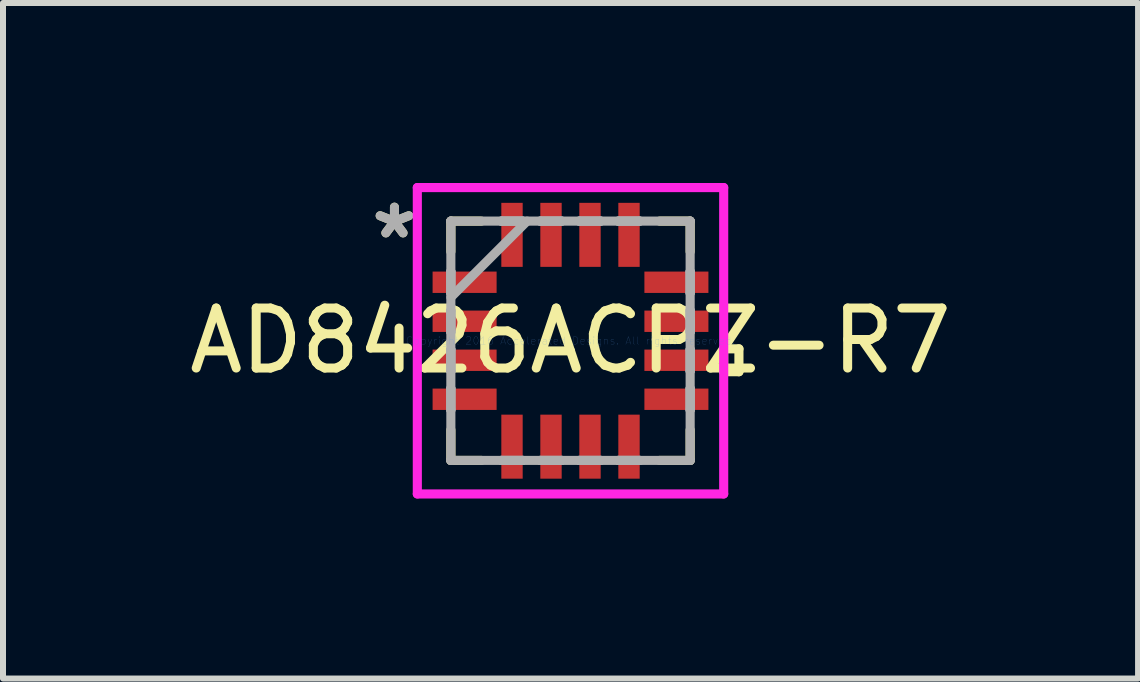
<source format=kicad_pcb>
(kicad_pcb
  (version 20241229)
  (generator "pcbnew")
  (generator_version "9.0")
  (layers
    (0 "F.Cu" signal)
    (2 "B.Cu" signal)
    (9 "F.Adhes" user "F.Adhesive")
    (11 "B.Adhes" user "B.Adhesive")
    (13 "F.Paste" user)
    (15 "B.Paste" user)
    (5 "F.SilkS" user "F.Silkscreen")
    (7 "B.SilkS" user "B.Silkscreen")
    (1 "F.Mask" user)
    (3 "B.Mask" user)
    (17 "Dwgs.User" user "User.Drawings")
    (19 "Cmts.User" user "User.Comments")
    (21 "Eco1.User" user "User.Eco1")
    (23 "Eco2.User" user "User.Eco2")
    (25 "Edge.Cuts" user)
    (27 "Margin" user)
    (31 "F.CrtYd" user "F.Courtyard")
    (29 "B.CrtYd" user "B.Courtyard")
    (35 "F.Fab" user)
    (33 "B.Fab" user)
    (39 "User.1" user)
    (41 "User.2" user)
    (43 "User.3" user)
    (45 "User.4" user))
  (footprint "AD8426ACPZ-R7"
    (layer "F.Cu")
    (at 6.458 2.629)
    (property "Reference" "AD8426ACPZ-R7" (at 0 0 0) (layer "F.SilkS") (effects (font (size 1 1) (thickness 0.15))))
    (attr through_hole)
    (fp_line (start -1.994 -1.994) (end -1.994 -1.486) (stroke (width 0.152) (type solid)) (layer "F.SilkS"))
    (fp_line (start -1.994 1.486) (end -1.994 1.994) (stroke (width 0.152) (type solid)) (layer "F.SilkS"))
    (fp_line (start -1.994 1.994) (end -1.486 1.994) (stroke (width 0.152) (type solid)) (layer "F.SilkS"))
    (fp_line (start -1.486 -1.994) (end -1.994 -1.994) (stroke (width 0.152) (type solid)) (layer "F.SilkS"))
    (fp_line (start 1.486 1.994) (end 1.994 1.994) (stroke (width 0.152) (type solid)) (layer "F.SilkS"))
    (fp_line (start 1.994 -1.994) (end 1.486 -1.994) (stroke (width 0.152) (type solid)) (layer "F.SilkS"))
    (fp_line (start 1.994 -1.486) (end 1.994 -1.994) (stroke (width 0.152) (type solid)) (layer "F.SilkS"))
    (fp_line (start 1.994 1.994) (end 1.994 1.486) (stroke (width 0.152) (type solid)) (layer "F.SilkS"))
    (fp_line (start 2.553 0.135) (end 2.807 0.135) (stroke (width 0.152) (type solid)) (layer "F.SilkS"))
    (fp_line (start 2.553 0.516) (end 2.553 0.135) (stroke (width 0.152) (type solid)) (layer "F.SilkS"))
    (fp_line (start 2.807 0.135) (end 2.807 0.516) (stroke (width 0.152) (type solid)) (layer "F.SilkS"))
    (fp_line (start 2.807 0.516) (end 2.553 0.516) (stroke (width 0.152) (type solid)) (layer "F.SilkS"))
    (fp_line (start -2.553 -2.553) (end 2.553 -2.553) (stroke (width 0.152) (type solid)) (layer "F.CrtYd"))
    (fp_line (start -2.553 2.553) (end -2.553 -2.553) (stroke (width 0.152) (type solid)) (layer "F.CrtYd"))
    (fp_line (start 2.553 -2.553) (end 2.553 2.553) (stroke (width 0.152) (type solid)) (layer "F.CrtYd"))
    (fp_line (start 2.553 2.553) (end -2.553 2.553) (stroke (width 0.152) (type solid)) (layer "F.CrtYd"))
    (fp_line (start -1.994 -1.994) (end -1.994 -1.994) (stroke (width 0.152) (type solid)) (layer "F.Fab"))
    (fp_line (start -1.994 -1.994) (end -1.994 1.994) (stroke (width 0.152) (type solid)) (layer "F.Fab"))
    (fp_line (start -1.994 -1.153) (end -1.994 -1.153) (stroke (width 0.152) (type solid)) (layer "F.Fab"))
    (fp_line (start -1.994 -1.153) (end -1.994 -0.797) (stroke (width 0.152) (type solid)) (layer "F.Fab"))
    (fp_line (start -1.994 -0.797) (end -1.994 -1.153) (stroke (width 0.152) (type solid)) (layer "F.Fab"))
    (fp_line (start -1.994 -0.797) (end -1.994 -0.797) (stroke (width 0.152) (type solid)) (layer "F.Fab"))
    (fp_line (start -1.994 -0.724) (end -0.724 -1.994) (stroke (width 0.152) (type solid)) (layer "F.Fab"))
    (fp_line (start -1.994 -0.503) (end -1.994 -0.503) (stroke (width 0.152) (type solid)) (layer "F.Fab"))
    (fp_line (start -1.994 -0.503) (end -1.994 -0.147) (stroke (width 0.152) (type solid)) (layer "F.Fab"))
    (fp_line (start -1.994 -0.147) (end -1.994 -0.503) (stroke (width 0.152) (type solid)) (layer "F.Fab"))
    (fp_line (start -1.994 -0.147) (end -1.994 -0.147) (stroke (width 0.152) (type solid)) (layer "F.Fab"))
    (fp_line (start -1.994 0.147) (end -1.994 0.147) (stroke (width 0.152) (type solid)) (layer "F.Fab"))
    (fp_line (start -1.994 0.147) (end -1.994 0.503) (stroke (width 0.152) (type solid)) (layer "F.Fab"))
    (fp_line (start -1.994 0.503) (end -1.994 0.147) (stroke (width 0.152) (type solid)) (layer "F.Fab"))
    (fp_line (start -1.994 0.503) (end -1.994 0.503) (stroke (width 0.152) (type solid)) (layer "F.Fab"))
    (fp_line (start -1.994 0.797) (end -1.994 0.797) (stroke (width 0.152) (type solid)) (layer "F.Fab"))
    (fp_line (start -1.994 0.797) (end -1.994 1.153) (stroke (width 0.152) (type solid)) (layer "F.Fab"))
    (fp_line (start -1.994 1.153) (end -1.994 0.797) (stroke (width 0.152) (type solid)) (layer "F.Fab"))
    (fp_line (start -1.994 1.153) (end -1.994 1.153) (stroke (width 0.152) (type solid)) (layer "F.Fab"))
    (fp_line (start -1.994 1.994) (end -1.994 1.994) (stroke (width 0.152) (type solid)) (layer "F.Fab"))
    (fp_line (start -1.994 1.994) (end 1.994 1.994) (stroke (width 0.152) (type solid)) (layer "F.Fab"))
    (fp_line (start -1.153 -1.994) (end -1.153 -1.994) (stroke (width 0.152) (type solid)) (layer "F.Fab"))
    (fp_line (start -1.153 -1.994) (end -0.797 -1.994) (stroke (width 0.152) (type solid)) (layer "F.Fab"))
    (fp_line (start -1.153 1.994) (end -1.153 1.994) (stroke (width 0.152) (type solid)) (layer "F.Fab"))
    (fp_line (start -1.153 1.994) (end -0.797 1.994) (stroke (width 0.152) (type solid)) (layer "F.Fab"))
    (fp_line (start -0.797 -1.994) (end -1.153 -1.994) (stroke (width 0.152) (type solid)) (layer "F.Fab"))
    (fp_line (start -0.797 -1.994) (end -0.797 -1.994) (stroke (width 0.152) (type solid)) (layer "F.Fab"))
    (fp_line (start -0.797 1.994) (end -1.153 1.994) (stroke (width 0.152) (type solid)) (layer "F.Fab"))
    (fp_line (start -0.797 1.994) (end -0.797 1.994) (stroke (width 0.152) (type solid)) (layer "F.Fab"))
    (fp_line (start -0.503 -1.994) (end -0.503 -1.994) (stroke (width 0.152) (type solid)) (layer "F.Fab"))
    (fp_line (start -0.503 -1.994) (end -0.147 -1.994) (stroke (width 0.152) (type solid)) (layer "F.Fab"))
    (fp_line (start -0.503 1.994) (end -0.503 1.994) (stroke (width 0.152) (type solid)) (layer "F.Fab"))
    (fp_line (start -0.503 1.994) (end -0.147 1.994) (stroke (width 0.152) (type solid)) (layer "F.Fab"))
    (fp_line (start -0.147 -1.994) (end -0.503 -1.994) (stroke (width 0.152) (type solid)) (layer "F.Fab"))
    (fp_line (start -0.147 -1.994) (end -0.147 -1.994) (stroke (width 0.152) (type solid)) (layer "F.Fab"))
    (fp_line (start -0.147 1.994) (end -0.503 1.994) (stroke (width 0.152) (type solid)) (layer "F.Fab"))
    (fp_line (start -0.147 1.994) (end -0.147 1.994) (stroke (width 0.152) (type solid)) (layer "F.Fab"))
    (fp_line (start 0.147 -1.994) (end 0.147 -1.994) (stroke (width 0.152) (type solid)) (layer "F.Fab"))
    (fp_line (start 0.147 -1.994) (end 0.503 -1.994) (stroke (width 0.152) (type solid)) (layer "F.Fab"))
    (fp_line (start 0.147 1.994) (end 0.147 1.994) (stroke (width 0.152) (type solid)) (layer "F.Fab"))
    (fp_line (start 0.147 1.994) (end 0.503 1.994) (stroke (width 0.152) (type solid)) (layer "F.Fab"))
    (fp_line (start 0.503 -1.994) (end 0.147 -1.994) (stroke (width 0.152) (type solid)) (layer "F.Fab"))
    (fp_line (start 0.503 -1.994) (end 0.503 -1.994) (stroke (width 0.152) (type solid)) (layer "F.Fab"))
    (fp_line (start 0.503 1.994) (end 0.147 1.994) (stroke (width 0.152) (type solid)) (layer "F.Fab"))
    (fp_line (start 0.503 1.994) (end 0.503 1.994) (stroke (width 0.152) (type solid)) (layer "F.Fab"))
    (fp_line (start 0.797 -1.994) (end 0.797 -1.994) (stroke (width 0.152) (type solid)) (layer "F.Fab"))
    (fp_line (start 0.797 -1.994) (end 1.153 -1.994) (stroke (width 0.152) (type solid)) (layer "F.Fab"))
    (fp_line (start 0.797 1.994) (end 0.797 1.994) (stroke (width 0.152) (type solid)) (layer "F.Fab"))
    (fp_line (start 0.797 1.994) (end 1.153 1.994) (stroke (width 0.152) (type solid)) (layer "F.Fab"))
    (fp_line (start 1.153 -1.994) (end 0.797 -1.994) (stroke (width 0.152) (type solid)) (layer "F.Fab"))
    (fp_line (start 1.153 -1.994) (end 1.153 -1.994) (stroke (width 0.152) (type solid)) (layer "F.Fab"))
    (fp_line (start 1.153 1.994) (end 0.797 1.994) (stroke (width 0.152) (type solid)) (layer "F.Fab"))
    (fp_line (start 1.153 1.994) (end 1.153 1.994) (stroke (width 0.152) (type solid)) (layer "F.Fab"))
    (fp_line (start 1.994 -1.994) (end -1.994 -1.994) (stroke (width 0.152) (type solid)) (layer "F.Fab"))
    (fp_line (start 1.994 -1.994) (end 1.994 -1.994) (stroke (width 0.152) (type solid)) (layer "F.Fab"))
    (fp_line (start 1.994 -1.153) (end 1.994 -1.153) (stroke (width 0.152) (type solid)) (layer "F.Fab"))
    (fp_line (start 1.994 -1.153) (end 1.994 -0.797) (stroke (width 0.152) (type solid)) (layer "F.Fab"))
    (fp_line (start 1.994 -0.797) (end 1.994 -1.153) (stroke (width 0.152) (type solid)) (layer "F.Fab"))
    (fp_line (start 1.994 -0.797) (end 1.994 -0.797) (stroke (width 0.152) (type solid)) (layer "F.Fab"))
    (fp_line (start 1.994 -0.503) (end 1.994 -0.503) (stroke (width 0.152) (type solid)) (layer "F.Fab"))
    (fp_line (start 1.994 -0.503) (end 1.994 -0.147) (stroke (width 0.152) (type solid)) (layer "F.Fab"))
    (fp_line (start 1.994 -0.147) (end 1.994 -0.503) (stroke (width 0.152) (type solid)) (layer "F.Fab"))
    (fp_line (start 1.994 -0.147) (end 1.994 -0.147) (stroke (width 0.152) (type solid)) (layer "F.Fab"))
    (fp_line (start 1.994 0.147) (end 1.994 0.147) (stroke (width 0.152) (type solid)) (layer "F.Fab"))
    (fp_line (start 1.994 0.147) (end 1.994 0.503) (stroke (width 0.152) (type solid)) (layer "F.Fab"))
    (fp_line (start 1.994 0.503) (end 1.994 0.147) (stroke (width 0.152) (type solid)) (layer "F.Fab"))
    (fp_line (start 1.994 0.503) (end 1.994 0.503) (stroke (width 0.152) (type solid)) (layer "F.Fab"))
    (fp_line (start 1.994 0.797) (end 1.994 0.797) (stroke (width 0.152) (type solid)) (layer "F.Fab"))
    (fp_line (start 1.994 0.797) (end 1.994 1.153) (stroke (width 0.152) (type solid)) (layer "F.Fab"))
    (fp_line (start 1.994 1.153) (end 1.994 0.797) (stroke (width 0.152) (type solid)) (layer "F.Fab"))
    (fp_line (start 1.994 1.153) (end 1.994 1.153) (stroke (width 0.152) (type solid)) (layer "F.Fab"))
    (fp_line (start 1.994 1.994) (end 1.994 -1.994) (stroke (width 0.152) (type solid)) (layer "F.Fab"))
    (fp_line (start 1.994 1.994) (end 1.994 1.994) (stroke (width 0.152) (type solid)) (layer "F.Fab"))
    (fp_text user "*" (at -2.934 -1.681 0) (layer "F.SilkS") (effects (font (size 1 1) (thickness 0.15))))
    (fp_text user "Copyright 2016 Accelerated Designs. All rights reserved." (at 0 0 0) (layer "Cmts.User") (effects (font (size 0.127 0.127) (thickness 0.002))))
    (fp_text user "*" (at -2.934 -1.681 0) (layer "F.Fab") (effects (font (size 1 1) (thickness 0.15))))
    (pad "1" smd rect (at -1.765 -0.975 90) (size 0.356 1.067) (layers "F.Cu" "F.Mask" "F.Paste"))
    (pad "2" smd rect (at -1.765 -0.325 90) (size 0.356 1.067) (layers "F.Cu" "F.Mask" "F.Paste"))
    (pad "3" smd rect (at -1.765 0.325 90) (size 0.356 1.067) (layers "F.Cu" "F.Mask" "F.Paste"))
    (pad "4" smd rect (at -1.765 0.975 90) (size 0.356 1.067) (layers "F.Cu" "F.Mask" "F.Paste"))
    (pad "5" smd rect (at -0.975 1.765) (size 0.356 1.067) (layers "F.Cu" "F.Mask" "F.Paste"))
    (pad "6" smd rect (at -0.325 1.765) (size 0.356 1.067) (layers "F.Cu" "F.Mask" "F.Paste"))
    (pad "7" smd rect (at 0.325 1.765) (size 0.356 1.067) (layers "F.Cu" "F.Mask" "F.Paste"))
    (pad "8" smd rect (at 0.975 1.765) (size 0.356 1.067) (layers "F.Cu" "F.Mask" "F.Paste"))
    (pad "9" smd rect (at 1.765 0.975 90) (size 0.356 1.067) (layers "F.Cu" "F.Mask" "F.Paste"))
    (pad "10" smd rect (at 1.765 0.325 90) (size 0.356 1.067) (layers "F.Cu" "F.Mask" "F.Paste"))
    (pad "11" smd rect (at 1.765 -0.325 90) (size 0.356 1.067) (layers "F.Cu" "F.Mask" "F.Paste"))
    (pad "12" smd rect (at 1.765 -0.975 90) (size 0.356 1.067) (layers "F.Cu" "F.Mask" "F.Paste"))
    (pad "13" smd rect (at 0.975 -1.765) (size 0.356 1.067) (layers "F.Cu" "F.Mask" "F.Paste"))
    (pad "14" smd rect (at 0.325 -1.765) (size 0.356 1.067) (layers "F.Cu" "F.Mask" "F.Paste"))
    (pad "15" smd rect (at -0.325 -1.765) (size 0.356 1.067) (layers "F.Cu" "F.Mask" "F.Paste"))
    (pad "16" smd rect (at -0.975 -1.765) (size 0.356 1.067) (layers "F.Cu" "F.Mask" "F.Paste")))
  (gr_rect
    (start -3 -3)
    (end 15.917 8.258)
    (stroke (width 0.1) (type default))
    (fill no)
    (layer "Edge.Cuts")))
</source>
